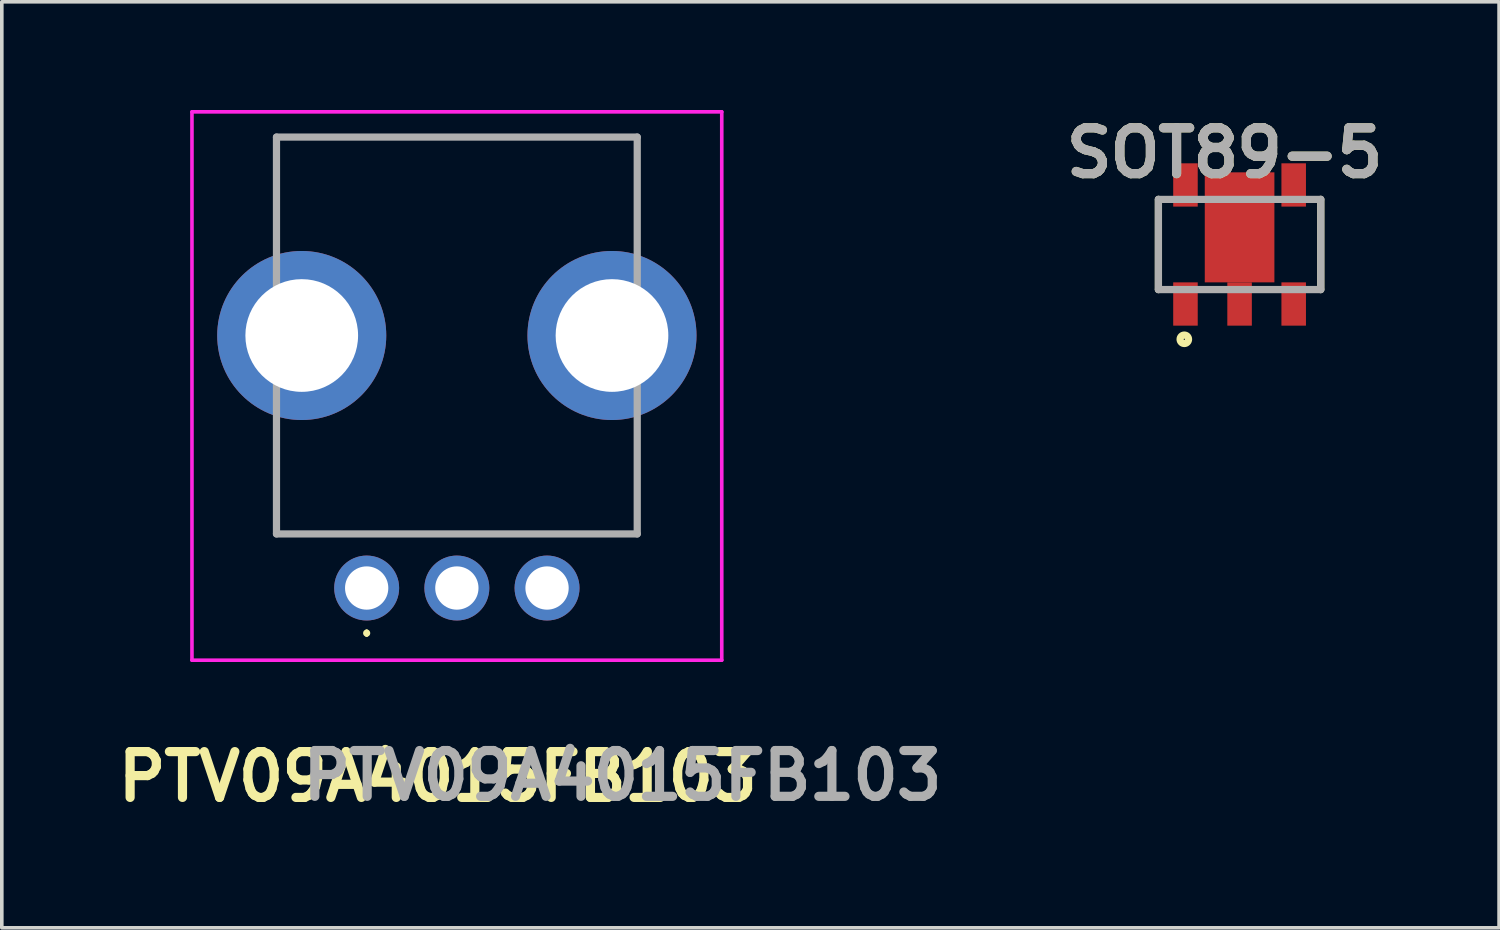
<source format=kicad_pcb>
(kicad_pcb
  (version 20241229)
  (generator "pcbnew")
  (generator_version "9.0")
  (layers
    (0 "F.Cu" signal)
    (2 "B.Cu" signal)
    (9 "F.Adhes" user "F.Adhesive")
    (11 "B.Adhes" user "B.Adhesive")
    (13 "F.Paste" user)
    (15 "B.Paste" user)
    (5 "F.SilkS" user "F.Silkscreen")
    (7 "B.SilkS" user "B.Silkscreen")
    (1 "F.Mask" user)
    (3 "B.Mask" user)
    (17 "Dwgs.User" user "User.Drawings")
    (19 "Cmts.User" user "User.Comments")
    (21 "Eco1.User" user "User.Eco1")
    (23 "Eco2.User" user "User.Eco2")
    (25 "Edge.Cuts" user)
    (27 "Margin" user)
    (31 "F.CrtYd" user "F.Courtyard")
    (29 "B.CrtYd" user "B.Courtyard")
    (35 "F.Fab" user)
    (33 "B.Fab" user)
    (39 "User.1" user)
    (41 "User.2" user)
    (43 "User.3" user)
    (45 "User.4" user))
  (footprint "PTV09A4015FB103"
    (layer "F.Cu")
    (at 7.114 13.25)
    (property "Reference" "PTV09A4015FB103" (at 1.97 5.23 0) (layer "F.SilkS") (effects (font (size 1.27 1.27) (thickness 0.254))))
    (attr through_hole)
    (fp_line (start -2.5 -12.5) (end 7.5 -12.5) (stroke (width 0.1) (type solid)) (layer "F.SilkS"))
    (fp_line (start -2.5 -10) (end -2.5 -12.5) (stroke (width 0.1) (type solid)) (layer "F.SilkS"))
    (fp_line (start -2.5 -4) (end -2.5 -1.5) (stroke (width 0.1) (type solid)) (layer "F.SilkS"))
    (fp_line (start -2.5 -1.5) (end 7.5 -1.5) (stroke (width 0.1) (type solid)) (layer "F.SilkS"))
    (fp_line (start 0 1.2) (end 0 1.2) (stroke (width 0.1) (type solid)) (layer "F.SilkS"))
    (fp_line (start 0 1.3) (end 0 1.3) (stroke (width 0.1) (type solid)) (layer "F.SilkS"))
    (fp_line (start 7.5 -12.5) (end 7.5 -10) (stroke (width 0.1) (type solid)) (layer "F.SilkS"))
    (fp_line (start 7.5 -1.5) (end 7.5 -4) (stroke (width 0.1) (type solid)) (layer "F.SilkS"))
    (fp_arc (start 0 1.2) (mid 0.05 1.25) (end 0 1.3) (stroke (width 0.1) (type solid)) (layer "F.SilkS"))
    (fp_arc (start 0 1.3) (mid -0.05 1.25) (end 0 1.2) (stroke (width 0.1) (type solid)) (layer "F.SilkS"))
    (fp_line (start -4.843 -13.2) (end 9.843 -13.2) (stroke (width 0.1) (type solid)) (layer "F.CrtYd"))
    (fp_line (start -4.843 2) (end -4.843 -13.2) (stroke (width 0.1) (type solid)) (layer "F.CrtYd"))
    (fp_line (start 9.843 -13.2) (end 9.843 2) (stroke (width 0.1) (type solid)) (layer "F.CrtYd"))
    (fp_line (start 9.843 2) (end -4.843 2) (stroke (width 0.1) (type solid)) (layer "F.CrtYd"))
    (fp_line (start -2.5 -12.5) (end 7.5 -12.5) (stroke (width 0.2) (type solid)) (layer "F.Fab"))
    (fp_line (start -2.5 -1.5) (end -2.5 -12.5) (stroke (width 0.2) (type solid)) (layer "F.Fab"))
    (fp_line (start 7.5 -12.5) (end 7.5 -1.5) (stroke (width 0.2) (type solid)) (layer "F.Fab"))
    (fp_line (start 7.5 -1.5) (end -2.5 -1.5) (stroke (width 0.2) (type solid)) (layer "F.Fab"))
    (fp_text user "${REFERENCE}" (at 7.09 5.2 0) (layer "F.Fab") (effects (font (size 1.27 1.27) (thickness 0.254))))
    (pad "1" thru_hole circle (at 0 0) (size 1.8 1.8) (drill 1.2) (layers "*.Cu" "*.Mask"))
    (pad "2" thru_hole circle (at 2.5 0) (size 1.8 1.8) (drill 1.2) (layers "*.Cu" "*.Mask"))
    (pad "3" thru_hole circle (at 5 0) (size 1.8 1.8) (drill 1.2) (layers "*.Cu" "*.Mask"))
    (pad "MH1" thru_hole circle (at -1.8 -7) (size 4.686 4.686) (drill 3.124) (layers "*.Cu" "*.Mask"))
    (pad "MH2" thru_hole circle (at 6.8 -7) (size 4.686 4.686) (drill 3.124) (layers "*.Cu" "*.Mask")))
  (footprint "SOT89-5"
    (layer "F.Cu")
    (at 31.311 3.727)
    (property "Reference" "SOT89-5" (at -0.416 -2.538 0) (layer "F.SilkS") (effects (font (size 1.27 1.27) (thickness 0.254))))
    (attr smd)
    (fp_line (start -2.25 1.25) (end -2.25 -1.25) (stroke (width 0.2) (type solid)) (layer "F.SilkS"))
    (fp_line (start 2.25 -1.25) (end 2.25 1.25) (stroke (width 0.2) (type solid)) (layer "F.SilkS"))
    (fp_circle (center -1.532 2.628) (end -1.532 2.645) (stroke (width 0.2) (type solid)) (fill no) (layer "F.SilkS"))
    (fp_line (start -2.25 -1.25) (end 2.25 -1.25) (stroke (width 0.2) (type solid)) (layer "F.Fab"))
    (fp_line (start -2.25 1.25) (end -2.25 -1.25) (stroke (width 0.2) (type solid)) (layer "F.Fab"))
    (fp_line (start 2.25 -1.25) (end 2.25 1.25) (stroke (width 0.2) (type solid)) (layer "F.Fab"))
    (fp_line (start 2.25 1.25) (end -2.25 1.25) (stroke (width 0.2) (type solid)) (layer "F.Fab"))
    (fp_text user "${REFERENCE}" (at -0.416 -2.538 0) (layer "F.Fab") (effects (font (size 1.27 1.27) (thickness 0.254))))
    (pad "1" smd rect (at -1.5 1.65) (size 0.68 1.2) (layers "F.Cu" "F.Mask" "F.Paste"))
    (pad "2" smd rect (at 0 1.65) (size 0.68 1.2) (layers "F.Cu" "F.Mask" "F.Paste"))
    (pad "3" smd rect (at 1.5 1.65) (size 0.68 1.2) (layers "F.Cu" "F.Mask" "F.Paste"))
    (pad "4" smd rect (at 1.5 -1.65) (size 0.68 1.2) (layers "F.Cu" "F.Mask" "F.Paste"))
    (pad "5" smd rect (at -1.5 -1.65) (size 0.68 1.2) (layers "F.Cu" "F.Mask" "F.Paste"))
    (pad "6" smd rect (at 0 -0.475) (size 1.93 3.05) (layers "F.Cu" "F.Mask" "F.Paste")))
  (gr_rect
    (start -3 -3)
    (end 38.504 22.669)
    (stroke (width 0.1) (type default))
    (fill no)
    (layer "Edge.Cuts")))
</source>
